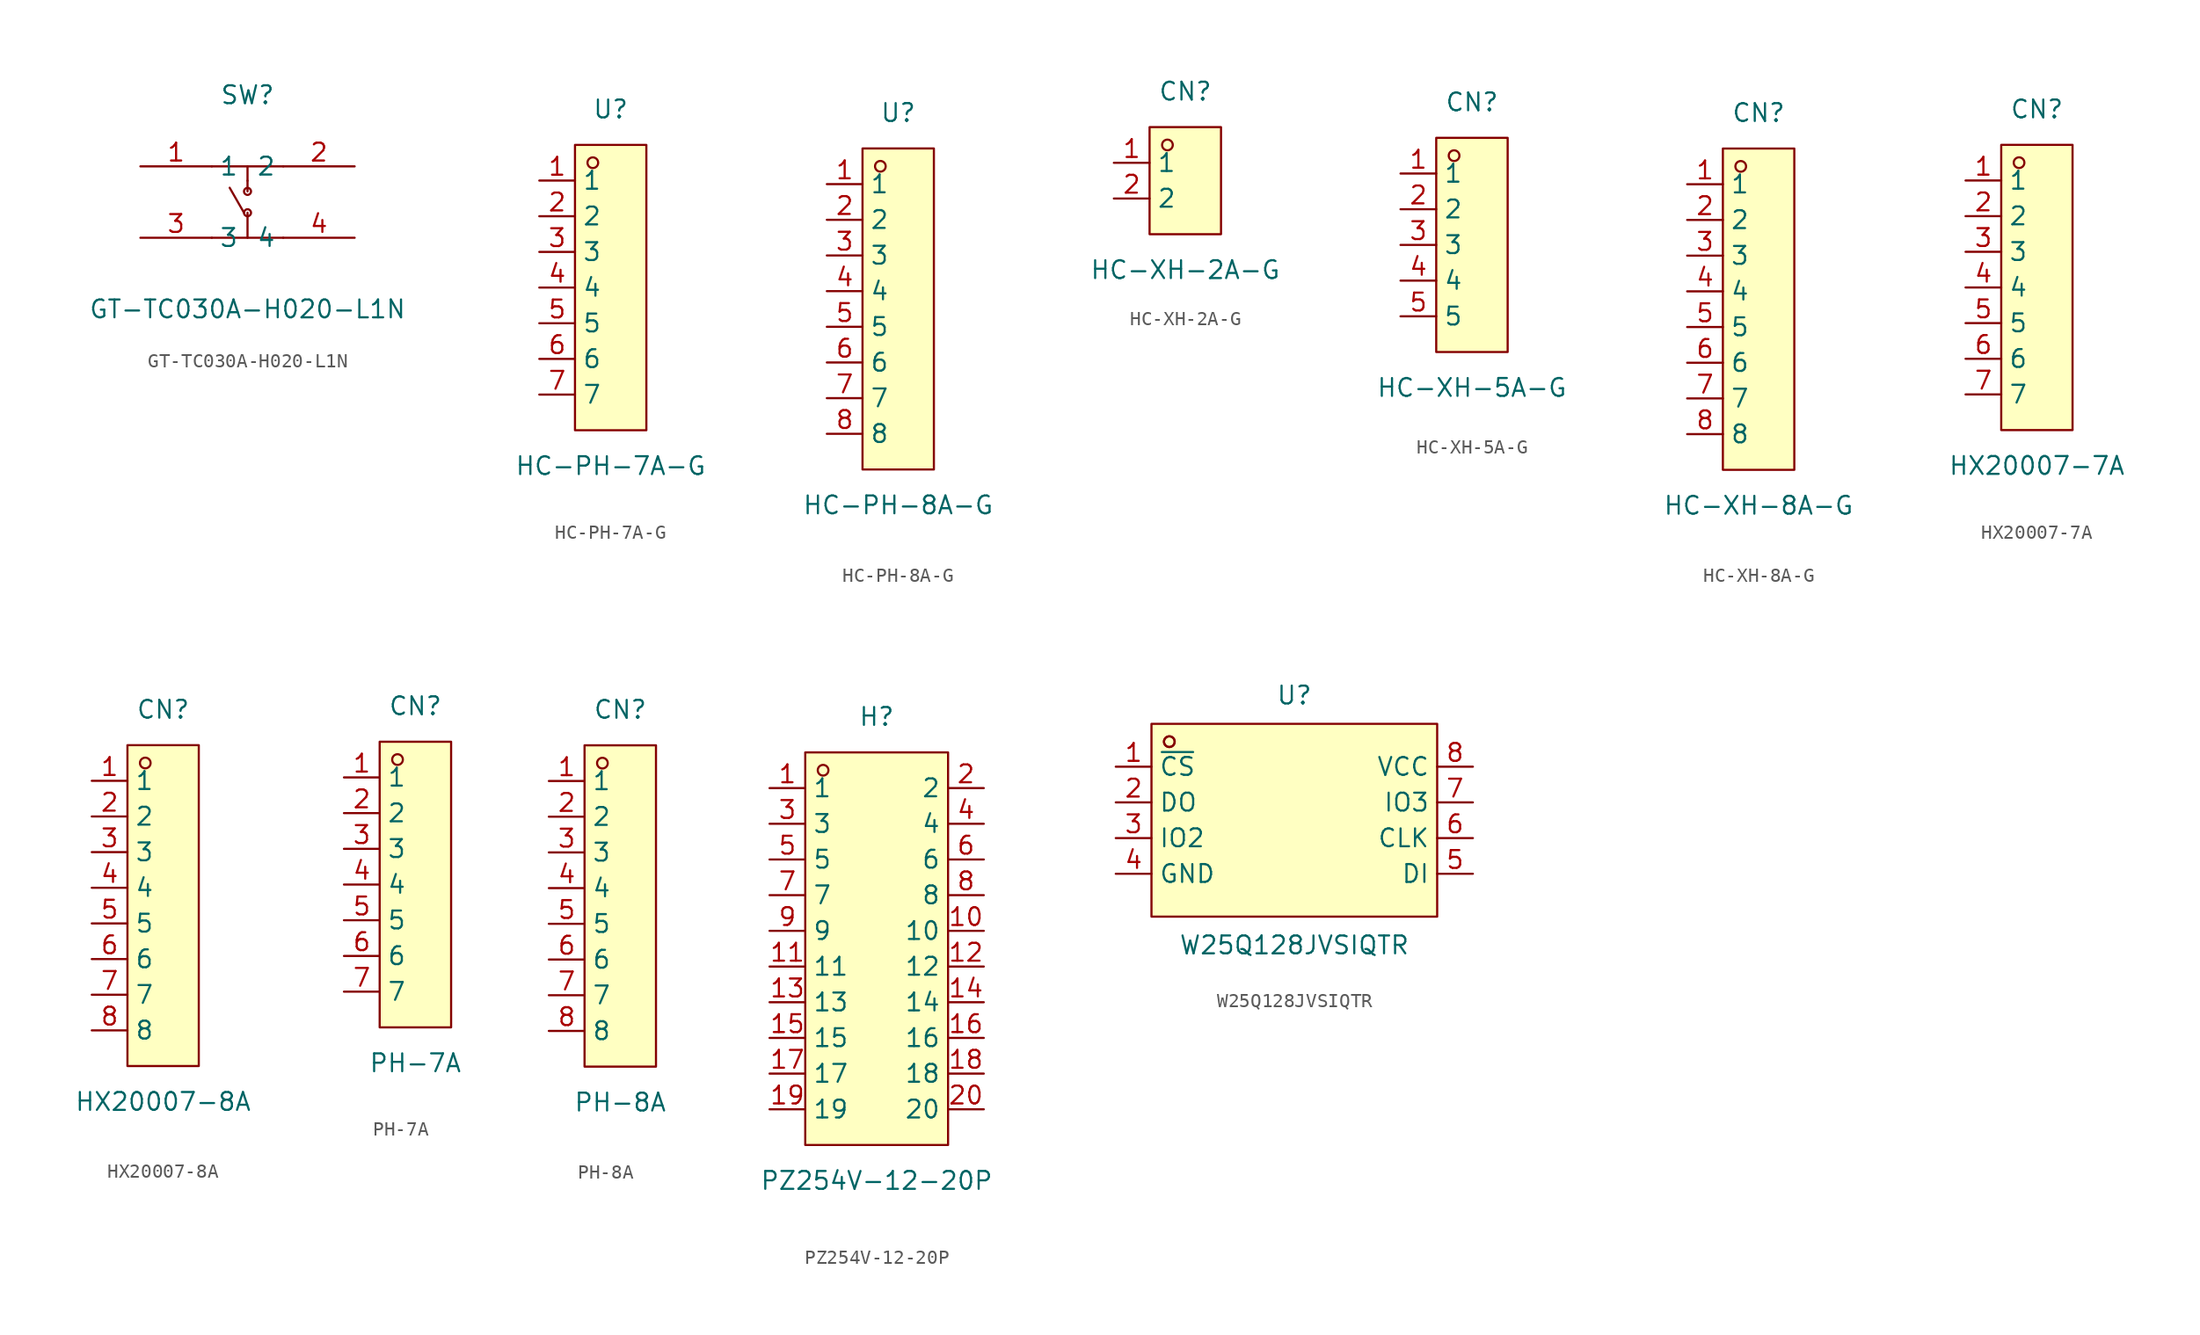
<source format=kicad_sym>
(kicad_symbol_lib
  (version 20211014)
  (generator https://github.com/uPesy/easyeda2kicad.py)
  (symbol "GT-TC030A-H020-L1N"
    (property "Reference" "SW"
      (at 0 7.62 0)
      (effects (font (size 1.27 1.27))))
    (property "Value" "GT-TC030A-H020-L1N"
      (at 0 -7.62 0)
      (effects (font (size 1.27 1.27))))
    (symbol "GT-TC030A-H020-L1N_0_1"
      (circle (center 0.00 -0.76) (radius 0.25) (stroke (width 0) (type default) (color 0 0 0 0)) (fill (type none)))
      (circle (center 0.00 0.76) (radius 0.25) (stroke (width 0) (type default) (color 0 0 0 0)) (fill (type none)))
      (polyline (pts (xy -2.54 2.54) (xy 2.54 2.54)) (stroke (width 0) (type default) (color 0 0 0 0)) (fill (type none)))
      (polyline (pts (xy -2.54 -2.54) (xy 2.54 -2.54)) (stroke (width 0) (type default) (color 0 0 0 0)) (fill (type none)))
      (polyline (pts (xy 0.00 2.54) (xy 0.00 1.52)) (stroke (width 0) (type default) (color 0 0 0 0)) (fill (type none)))
      (polyline (pts (xy 0.00 -2.54) (xy 0.00 -0.76)) (stroke (width 0) (type default) (color 0 0 0 0)) (fill (type none)))
      (polyline (pts (xy 0.00 1.52) (xy 0.00 0.76)) (stroke (width 0) (type default) (color 0 0 0 0)) (fill (type none)))
      (polyline (pts (xy -1.27 1.02) (xy -0.25 -0.76)) (stroke (width 0) (type default) (color 0 0 0 0)) (fill (type none)))
      (pin unspecified line (at -7.62 2.54 0) (length 5.08) (name "1" (effects (font (size 1.27 1.27)))) (number "1" (effects (font (size 1.27 1.27)))))
      (pin unspecified line (at 7.62 2.54 180) (length 5.08) (name "2" (effects (font (size 1.27 1.27)))) (number "2" (effects (font (size 1.27 1.27)))))
      (pin unspecified line (at -7.62 -2.54 0) (length 5.08) (name "3" (effects (font (size 1.27 1.27)))) (number "3" (effects (font (size 1.27 1.27)))))
      (pin unspecified line (at 7.62 -2.54 180) (length 5.08) (name "4" (effects (font (size 1.27 1.27)))) (number "4" (effects (font (size 1.27 1.27)))))))
  (symbol "HC-PH-7A-G"
    (property "Reference" "U"
      (at 0 12.70 0)
      (effects (font (size 1.27 1.27))))
    (property "Value" "HC-PH-7A-G"
      (at 0 -12.70 0)
      (effects (font (size 1.27 1.27))))
    (symbol "HC-PH-7A-G_0_1"
      (rectangle (start -2.54 10.16) (end 2.54 -10.16) (stroke (width 0) (type default) (color 0 0 0 0)) (fill (type background)))
      (circle (center -1.27 8.89) (radius 0.38) (stroke (width 0) (type default) (color 0 0 0 0)) (fill (type none)))
      (pin unspecified line (at -5.08 7.62 0) (length 2.54) (name "1" (effects (font (size 1.27 1.27)))) (number "1" (effects (font (size 1.27 1.27)))))
      (pin unspecified line (at -5.08 5.08 0) (length 2.54) (name "2" (effects (font (size 1.27 1.27)))) (number "2" (effects (font (size 1.27 1.27)))))
      (pin unspecified line (at -5.08 2.54 0) (length 2.54) (name "3" (effects (font (size 1.27 1.27)))) (number "3" (effects (font (size 1.27 1.27)))))
      (pin unspecified line (at -5.08 -0.00 0) (length 2.54) (name "4" (effects (font (size 1.27 1.27)))) (number "4" (effects (font (size 1.27 1.27)))))
      (pin unspecified line (at -5.08 -2.54 0) (length 2.54) (name "5" (effects (font (size 1.27 1.27)))) (number "5" (effects (font (size 1.27 1.27)))))
      (pin unspecified line (at -5.08 -5.08 0) (length 2.54) (name "6" (effects (font (size 1.27 1.27)))) (number "6" (effects (font (size 1.27 1.27)))))
      (pin unspecified line (at -5.08 -7.62 0) (length 2.54) (name "7" (effects (font (size 1.27 1.27)))) (number "7" (effects (font (size 1.27 1.27)))))))
  (symbol "HC-PH-8A-G"
    (property "Reference" "U"
      (at 0 13.97 0)
      (effects (font (size 1.27 1.27))))
    (property "Value" "HC-PH-8A-G"
      (at 0 -13.97 0)
      (effects (font (size 1.27 1.27))))
    (symbol "HC-PH-8A-G_0_1"
      (rectangle (start -2.54 11.43) (end 2.54 -11.43) (stroke (width 0) (type default) (color 0 0 0 0)) (fill (type background)))
      (circle (center -1.27 10.16) (radius 0.38) (stroke (width 0) (type default) (color 0 0 0 0)) (fill (type none)))
      (pin unspecified line (at -5.08 8.89 0) (length 2.54) (name "1" (effects (font (size 1.27 1.27)))) (number "1" (effects (font (size 1.27 1.27)))))
      (pin unspecified line (at -5.08 6.35 0) (length 2.54) (name "2" (effects (font (size 1.27 1.27)))) (number "2" (effects (font (size 1.27 1.27)))))
      (pin unspecified line (at -5.08 3.81 0) (length 2.54) (name "3" (effects (font (size 1.27 1.27)))) (number "3" (effects (font (size 1.27 1.27)))))
      (pin unspecified line (at -5.08 1.27 0) (length 2.54) (name "4" (effects (font (size 1.27 1.27)))) (number "4" (effects (font (size 1.27 1.27)))))
      (pin unspecified line (at -5.08 -1.27 0) (length 2.54) (name "5" (effects (font (size 1.27 1.27)))) (number "5" (effects (font (size 1.27 1.27)))))
      (pin unspecified line (at -5.08 -3.81 0) (length 2.54) (name "6" (effects (font (size 1.27 1.27)))) (number "6" (effects (font (size 1.27 1.27)))))
      (pin unspecified line (at -5.08 -6.35 0) (length 2.54) (name "7" (effects (font (size 1.27 1.27)))) (number "7" (effects (font (size 1.27 1.27)))))
      (pin unspecified line (at -5.08 -8.89 0) (length 2.54) (name "8" (effects (font (size 1.27 1.27)))) (number "8" (effects (font (size 1.27 1.27)))))))
  (symbol "HC-XH-2A-G"
    (property "Reference" "CN"
      (at 0 6.35 0)
      (effects (font (size 1.27 1.27))))
    (property "Value" "HC-XH-2A-G"
      (at 0 -6.35 0)
      (effects (font (size 1.27 1.27))))
    (symbol "HC-XH-2A-G_0_1"
      (rectangle (start -2.54 3.81) (end 2.54 -3.81) (stroke (width 0) (type default) (color 0 0 0 0)) (fill (type background)))
      (circle (center -1.27 2.54) (radius 0.38) (stroke (width 0) (type default) (color 0 0 0 0)) (fill (type none)))
      (pin unspecified line (at -5.08 1.27 0) (length 2.54) (name "1" (effects (font (size 1.27 1.27)))) (number "1" (effects (font (size 1.27 1.27)))))
      (pin unspecified line (at -5.08 -1.27 0) (length 2.54) (name "2" (effects (font (size 1.27 1.27)))) (number "2" (effects (font (size 1.27 1.27)))))))
  (symbol "HC-XH-5A-G"
    (property "Reference" "CN"
      (at 0 10.16 0)
      (effects (font (size 1.27 1.27))))
    (property "Value" "HC-XH-5A-G"
      (at 0 -10.16 0)
      (effects (font (size 1.27 1.27))))
    (symbol "HC-XH-5A-G_0_1"
      (rectangle (start -2.54 7.62) (end 2.54 -7.62) (stroke (width 0) (type default) (color 0 0 0 0)) (fill (type background)))
      (circle (center -1.27 6.35) (radius 0.38) (stroke (width 0) (type default) (color 0 0 0 0)) (fill (type none)))
      (pin unspecified line (at -5.08 5.08 0) (length 2.54) (name "1" (effects (font (size 1.27 1.27)))) (number "1" (effects (font (size 1.27 1.27)))))
      (pin unspecified line (at -5.08 2.54 0) (length 2.54) (name "2" (effects (font (size 1.27 1.27)))) (number "2" (effects (font (size 1.27 1.27)))))
      (pin unspecified line (at -5.08 -0.00 0) (length 2.54) (name "3" (effects (font (size 1.27 1.27)))) (number "3" (effects (font (size 1.27 1.27)))))
      (pin unspecified line (at -5.08 -2.54 0) (length 2.54) (name "4" (effects (font (size 1.27 1.27)))) (number "4" (effects (font (size 1.27 1.27)))))
      (pin unspecified line (at -5.08 -5.08 0) (length 2.54) (name "5" (effects (font (size 1.27 1.27)))) (number "5" (effects (font (size 1.27 1.27)))))))
  (symbol "HC-XH-8A-G"
    (property "Reference" "CN"
      (at 0 13.97 0)
      (effects (font (size 1.27 1.27))))
    (property "Value" "HC-XH-8A-G"
      (at 0 -13.97 0)
      (effects (font (size 1.27 1.27))))
    (symbol "HC-XH-8A-G_0_1"
      (rectangle (start -2.54 11.43) (end 2.54 -11.43) (stroke (width 0) (type default) (color 0 0 0 0)) (fill (type background)))
      (circle (center -1.27 10.16) (radius 0.38) (stroke (width 0) (type default) (color 0 0 0 0)) (fill (type none)))
      (pin unspecified line (at -5.08 8.89 0) (length 2.54) (name "1" (effects (font (size 1.27 1.27)))) (number "1" (effects (font (size 1.27 1.27)))))
      (pin unspecified line (at -5.08 6.35 0) (length 2.54) (name "2" (effects (font (size 1.27 1.27)))) (number "2" (effects (font (size 1.27 1.27)))))
      (pin unspecified line (at -5.08 3.81 0) (length 2.54) (name "3" (effects (font (size 1.27 1.27)))) (number "3" (effects (font (size 1.27 1.27)))))
      (pin unspecified line (at -5.08 1.27 0) (length 2.54) (name "4" (effects (font (size 1.27 1.27)))) (number "4" (effects (font (size 1.27 1.27)))))
      (pin unspecified line (at -5.08 -1.27 0) (length 2.54) (name "5" (effects (font (size 1.27 1.27)))) (number "5" (effects (font (size 1.27 1.27)))))
      (pin unspecified line (at -5.08 -3.81 0) (length 2.54) (name "6" (effects (font (size 1.27 1.27)))) (number "6" (effects (font (size 1.27 1.27)))))
      (pin unspecified line (at -5.08 -6.35 0) (length 2.54) (name "7" (effects (font (size 1.27 1.27)))) (number "7" (effects (font (size 1.27 1.27)))))
      (pin unspecified line (at -5.08 -8.89 0) (length 2.54) (name "8" (effects (font (size 1.27 1.27)))) (number "8" (effects (font (size 1.27 1.27)))))))
  (symbol "HX20007-7A"
    (property "Reference" "CN"
      (at 0 12.70 0)
      (effects (font (size 1.27 1.27))))
    (property "Value" "HX20007-7A"
      (at 0 -12.70 0)
      (effects (font (size 1.27 1.27))))
    (symbol "HX20007-7A_0_1"
      (rectangle (start -2.54 10.16) (end 2.54 -10.16) (stroke (width 0) (type default) (color 0 0 0 0)) (fill (type background)))
      (circle (center -1.27 8.89) (radius 0.38) (stroke (width 0) (type default) (color 0 0 0 0)) (fill (type none)))
      (pin unspecified line (at -5.08 7.62 0) (length 2.54) (name "1" (effects (font (size 1.27 1.27)))) (number "1" (effects (font (size 1.27 1.27)))))
      (pin unspecified line (at -5.08 5.08 0) (length 2.54) (name "2" (effects (font (size 1.27 1.27)))) (number "2" (effects (font (size 1.27 1.27)))))
      (pin unspecified line (at -5.08 2.54 0) (length 2.54) (name "3" (effects (font (size 1.27 1.27)))) (number "3" (effects (font (size 1.27 1.27)))))
      (pin unspecified line (at -5.08 -0.00 0) (length 2.54) (name "4" (effects (font (size 1.27 1.27)))) (number "4" (effects (font (size 1.27 1.27)))))
      (pin unspecified line (at -5.08 -2.54 0) (length 2.54) (name "5" (effects (font (size 1.27 1.27)))) (number "5" (effects (font (size 1.27 1.27)))))
      (pin unspecified line (at -5.08 -5.08 0) (length 2.54) (name "6" (effects (font (size 1.27 1.27)))) (number "6" (effects (font (size 1.27 1.27)))))
      (pin unspecified line (at -5.08 -7.62 0) (length 2.54) (name "7" (effects (font (size 1.27 1.27)))) (number "7" (effects (font (size 1.27 1.27)))))))
  (symbol "HX20007-8A"
    (property "Reference" "CN"
      (at 0 13.97 0)
      (effects (font (size 1.27 1.27))))
    (property "Value" "HX20007-8A"
      (at 0 -13.97 0)
      (effects (font (size 1.27 1.27))))
    (symbol "HX20007-8A_0_1"
      (rectangle (start -2.54 11.43) (end 2.54 -11.43) (stroke (width 0) (type default) (color 0 0 0 0)) (fill (type background)))
      (circle (center -1.27 10.16) (radius 0.38) (stroke (width 0) (type default) (color 0 0 0 0)) (fill (type none)))
      (pin unspecified line (at -5.08 8.89 0) (length 2.54) (name "1" (effects (font (size 1.27 1.27)))) (number "1" (effects (font (size 1.27 1.27)))))
      (pin unspecified line (at -5.08 6.35 0) (length 2.54) (name "2" (effects (font (size 1.27 1.27)))) (number "2" (effects (font (size 1.27 1.27)))))
      (pin unspecified line (at -5.08 3.81 0) (length 2.54) (name "3" (effects (font (size 1.27 1.27)))) (number "3" (effects (font (size 1.27 1.27)))))
      (pin unspecified line (at -5.08 1.27 0) (length 2.54) (name "4" (effects (font (size 1.27 1.27)))) (number "4" (effects (font (size 1.27 1.27)))))
      (pin unspecified line (at -5.08 -1.27 0) (length 2.54) (name "5" (effects (font (size 1.27 1.27)))) (number "5" (effects (font (size 1.27 1.27)))))
      (pin unspecified line (at -5.08 -3.81 0) (length 2.54) (name "6" (effects (font (size 1.27 1.27)))) (number "6" (effects (font (size 1.27 1.27)))))
      (pin unspecified line (at -5.08 -6.35 0) (length 2.54) (name "7" (effects (font (size 1.27 1.27)))) (number "7" (effects (font (size 1.27 1.27)))))
      (pin unspecified line (at -5.08 -8.89 0) (length 2.54) (name "8" (effects (font (size 1.27 1.27)))) (number "8" (effects (font (size 1.27 1.27)))))))
  (symbol "PH-7A"
    (property "Reference" "CN"
      (at 0 12.70 0)
      (effects (font (size 1.27 1.27))))
    (property "Value" "PH-7A"
      (at 0 -12.70 0)
      (effects (font (size 1.27 1.27))))
    (symbol "PH-7A_0_1"
      (rectangle (start -2.54 10.16) (end 2.54 -10.16) (stroke (width 0) (type default) (color 0 0 0 0)) (fill (type background)))
      (circle (center -1.27 8.89) (radius 0.38) (stroke (width 0) (type default) (color 0 0 0 0)) (fill (type none)))
      (pin unspecified line (at -5.08 7.62 0) (length 2.54) (name "1" (effects (font (size 1.27 1.27)))) (number "1" (effects (font (size 1.27 1.27)))))
      (pin unspecified line (at -5.08 5.08 0) (length 2.54) (name "2" (effects (font (size 1.27 1.27)))) (number "2" (effects (font (size 1.27 1.27)))))
      (pin unspecified line (at -5.08 2.54 0) (length 2.54) (name "3" (effects (font (size 1.27 1.27)))) (number "3" (effects (font (size 1.27 1.27)))))
      (pin unspecified line (at -5.08 -0.00 0) (length 2.54) (name "4" (effects (font (size 1.27 1.27)))) (number "4" (effects (font (size 1.27 1.27)))))
      (pin unspecified line (at -5.08 -2.54 0) (length 2.54) (name "5" (effects (font (size 1.27 1.27)))) (number "5" (effects (font (size 1.27 1.27)))))
      (pin unspecified line (at -5.08 -5.08 0) (length 2.54) (name "6" (effects (font (size 1.27 1.27)))) (number "6" (effects (font (size 1.27 1.27)))))
      (pin unspecified line (at -5.08 -7.62 0) (length 2.54) (name "7" (effects (font (size 1.27 1.27)))) (number "7" (effects (font (size 1.27 1.27)))))))
  (symbol "PH-8A"
    (property "Reference" "CN"
      (at 0 13.97 0)
      (effects (font (size 1.27 1.27))))
    (property "Value" "PH-8A"
      (at 0 -13.97 0)
      (effects (font (size 1.27 1.27))))
    (symbol "PH-8A_0_1"
      (rectangle (start -2.54 11.43) (end 2.54 -11.43) (stroke (width 0) (type default) (color 0 0 0 0)) (fill (type background)))
      (circle (center -1.27 10.16) (radius 0.38) (stroke (width 0) (type default) (color 0 0 0 0)) (fill (type none)))
      (pin unspecified line (at -5.08 8.89 0) (length 2.54) (name "1" (effects (font (size 1.27 1.27)))) (number "1" (effects (font (size 1.27 1.27)))))
      (pin unspecified line (at -5.08 6.35 0) (length 2.54) (name "2" (effects (font (size 1.27 1.27)))) (number "2" (effects (font (size 1.27 1.27)))))
      (pin unspecified line (at -5.08 3.81 0) (length 2.54) (name "3" (effects (font (size 1.27 1.27)))) (number "3" (effects (font (size 1.27 1.27)))))
      (pin unspecified line (at -5.08 1.27 0) (length 2.54) (name "4" (effects (font (size 1.27 1.27)))) (number "4" (effects (font (size 1.27 1.27)))))
      (pin unspecified line (at -5.08 -1.27 0) (length 2.54) (name "5" (effects (font (size 1.27 1.27)))) (number "5" (effects (font (size 1.27 1.27)))))
      (pin unspecified line (at -5.08 -3.81 0) (length 2.54) (name "6" (effects (font (size 1.27 1.27)))) (number "6" (effects (font (size 1.27 1.27)))))
      (pin unspecified line (at -5.08 -6.35 0) (length 2.54) (name "7" (effects (font (size 1.27 1.27)))) (number "7" (effects (font (size 1.27 1.27)))))
      (pin unspecified line (at -5.08 -8.89 0) (length 2.54) (name "8" (effects (font (size 1.27 1.27)))) (number "8" (effects (font (size 1.27 1.27)))))))
  (symbol "PZ254V-12-20P"
    (property "Reference" "H"
      (at 0 16.51 0)
      (effects (font (size 1.27 1.27))))
    (property "Value" "PZ254V-12-20P"
      (at 0 -16.51 0)
      (effects (font (size 1.27 1.27))))
    (symbol "PZ254V-12-20P_0_1"
      (rectangle (start -5.08 13.97) (end 5.08 -13.97) (stroke (width 0) (type default) (color 0 0 0 0)) (fill (type background)))
      (circle (center -3.81 12.70) (radius 0.38) (stroke (width 0) (type default) (color 0 0 0 0)) (fill (type none)))
      (pin unspecified line (at -7.62 11.43 0) (length 2.54) (name "1" (effects (font (size 1.27 1.27)))) (number "1" (effects (font (size 1.27 1.27)))))
      (pin unspecified line (at 7.62 -11.43 180) (length 2.54) (name "20" (effects (font (size 1.27 1.27)))) (number "20" (effects (font (size 1.27 1.27)))))
      (pin unspecified line (at -7.62 8.89 0) (length 2.54) (name "3" (effects (font (size 1.27 1.27)))) (number "3" (effects (font (size 1.27 1.27)))))
      (pin unspecified line (at 7.62 -8.89 180) (length 2.54) (name "18" (effects (font (size 1.27 1.27)))) (number "18" (effects (font (size 1.27 1.27)))))
      (pin unspecified line (at -7.62 6.35 0) (length 2.54) (name "5" (effects (font (size 1.27 1.27)))) (number "5" (effects (font (size 1.27 1.27)))))
      (pin unspecified line (at 7.62 -6.35 180) (length 2.54) (name "16" (effects (font (size 1.27 1.27)))) (number "16" (effects (font (size 1.27 1.27)))))
      (pin unspecified line (at -7.62 3.81 0) (length 2.54) (name "7" (effects (font (size 1.27 1.27)))) (number "7" (effects (font (size 1.27 1.27)))))
      (pin unspecified line (at 7.62 -3.81 180) (length 2.54) (name "14" (effects (font (size 1.27 1.27)))) (number "14" (effects (font (size 1.27 1.27)))))
      (pin unspecified line (at -7.62 1.27 0) (length 2.54) (name "9" (effects (font (size 1.27 1.27)))) (number "9" (effects (font (size 1.27 1.27)))))
      (pin unspecified line (at 7.62 -1.27 180) (length 2.54) (name "12" (effects (font (size 1.27 1.27)))) (number "12" (effects (font (size 1.27 1.27)))))
      (pin unspecified line (at -7.62 -1.27 0) (length 2.54) (name "11" (effects (font (size 1.27 1.27)))) (number "11" (effects (font (size 1.27 1.27)))))
      (pin unspecified line (at 7.62 1.27 180) (length 2.54) (name "10" (effects (font (size 1.27 1.27)))) (number "10" (effects (font (size 1.27 1.27)))))
      (pin unspecified line (at -7.62 -3.81 0) (length 2.54) (name "13" (effects (font (size 1.27 1.27)))) (number "13" (effects (font (size 1.27 1.27)))))
      (pin unspecified line (at 7.62 3.81 180) (length 2.54) (name "8" (effects (font (size 1.27 1.27)))) (number "8" (effects (font (size 1.27 1.27)))))
      (pin unspecified line (at -7.62 -6.35 0) (length 2.54) (name "15" (effects (font (size 1.27 1.27)))) (number "15" (effects (font (size 1.27 1.27)))))
      (pin unspecified line (at 7.62 6.35 180) (length 2.54) (name "6" (effects (font (size 1.27 1.27)))) (number "6" (effects (font (size 1.27 1.27)))))
      (pin unspecified line (at -7.62 -8.89 0) (length 2.54) (name "17" (effects (font (size 1.27 1.27)))) (number "17" (effects (font (size 1.27 1.27)))))
      (pin unspecified line (at 7.62 8.89 180) (length 2.54) (name "4" (effects (font (size 1.27 1.27)))) (number "4" (effects (font (size 1.27 1.27)))))
      (pin unspecified line (at -7.62 -11.43 0) (length 2.54) (name "19" (effects (font (size 1.27 1.27)))) (number "19" (effects (font (size 1.27 1.27)))))
      (pin unspecified line (at 7.62 11.43 180) (length 2.54) (name "2" (effects (font (size 1.27 1.27)))) (number "2" (effects (font (size 1.27 1.27)))))))
  (symbol "W25Q128JVSIQTR"
    (property "Reference" "U"
      (at 0 8.89 0)
      (effects (font (size 1.27 1.27))))
    (property "Value" "W25Q128JVSIQTR"
      (at 0 -8.89 0)
      (effects (font (size 1.27 1.27))))
    (symbol "W25Q128JVSIQTR_0_1"
      (rectangle (start -10.16 6.86) (end 10.16 -6.86) (stroke (width 0) (type default) (color 0 0 0 0)) (fill (type background)))
      (circle (center -8.89 5.59) (radius 0.38) (stroke (width 0) (type default) (color 0 0 0 0)) (fill (type none)))
      (circle (center -8.89 5.59) (radius 0.38) (stroke (width 0) (type default) (color 0 0 0 0)) (fill (type none)))
      (pin unspecified line (at -12.70 3.81 0) (length 2.54) (name "~{CS}" (effects (font (size 1.27 1.27)))) (number "1" (effects (font (size 1.27 1.27)))))
      (pin unspecified line (at -12.70 1.27 0) (length 2.54) (name "DO" (effects (font (size 1.27 1.27)))) (number "2" (effects (font (size 1.27 1.27)))))
      (pin unspecified line (at -12.70 -1.27 0) (length 2.54) (name "IO2" (effects (font (size 1.27 1.27)))) (number "3" (effects (font (size 1.27 1.27)))))
      (pin unspecified line (at -12.70 -3.81 0) (length 2.54) (name "GND" (effects (font (size 1.27 1.27)))) (number "4" (effects (font (size 1.27 1.27)))))
      (pin unspecified line (at 12.70 -3.81 180) (length 2.54) (name "DI" (effects (font (size 1.27 1.27)))) (number "5" (effects (font (size 1.27 1.27)))))
      (pin unspecified line (at 12.70 -1.27 180) (length 2.54) (name "CLK" (effects (font (size 1.27 1.27)))) (number "6" (effects (font (size 1.27 1.27)))))
      (pin unspecified line (at 12.70 1.27 180) (length 2.54) (name "IO3" (effects (font (size 1.27 1.27)))) (number "7" (effects (font (size 1.27 1.27)))))
      (pin unspecified line (at 12.70 3.81 180) (length 2.54) (name "VCC" (effects (font (size 1.27 1.27)))) (number "8" (effects (font (size 1.27 1.27))))))))
</source>
